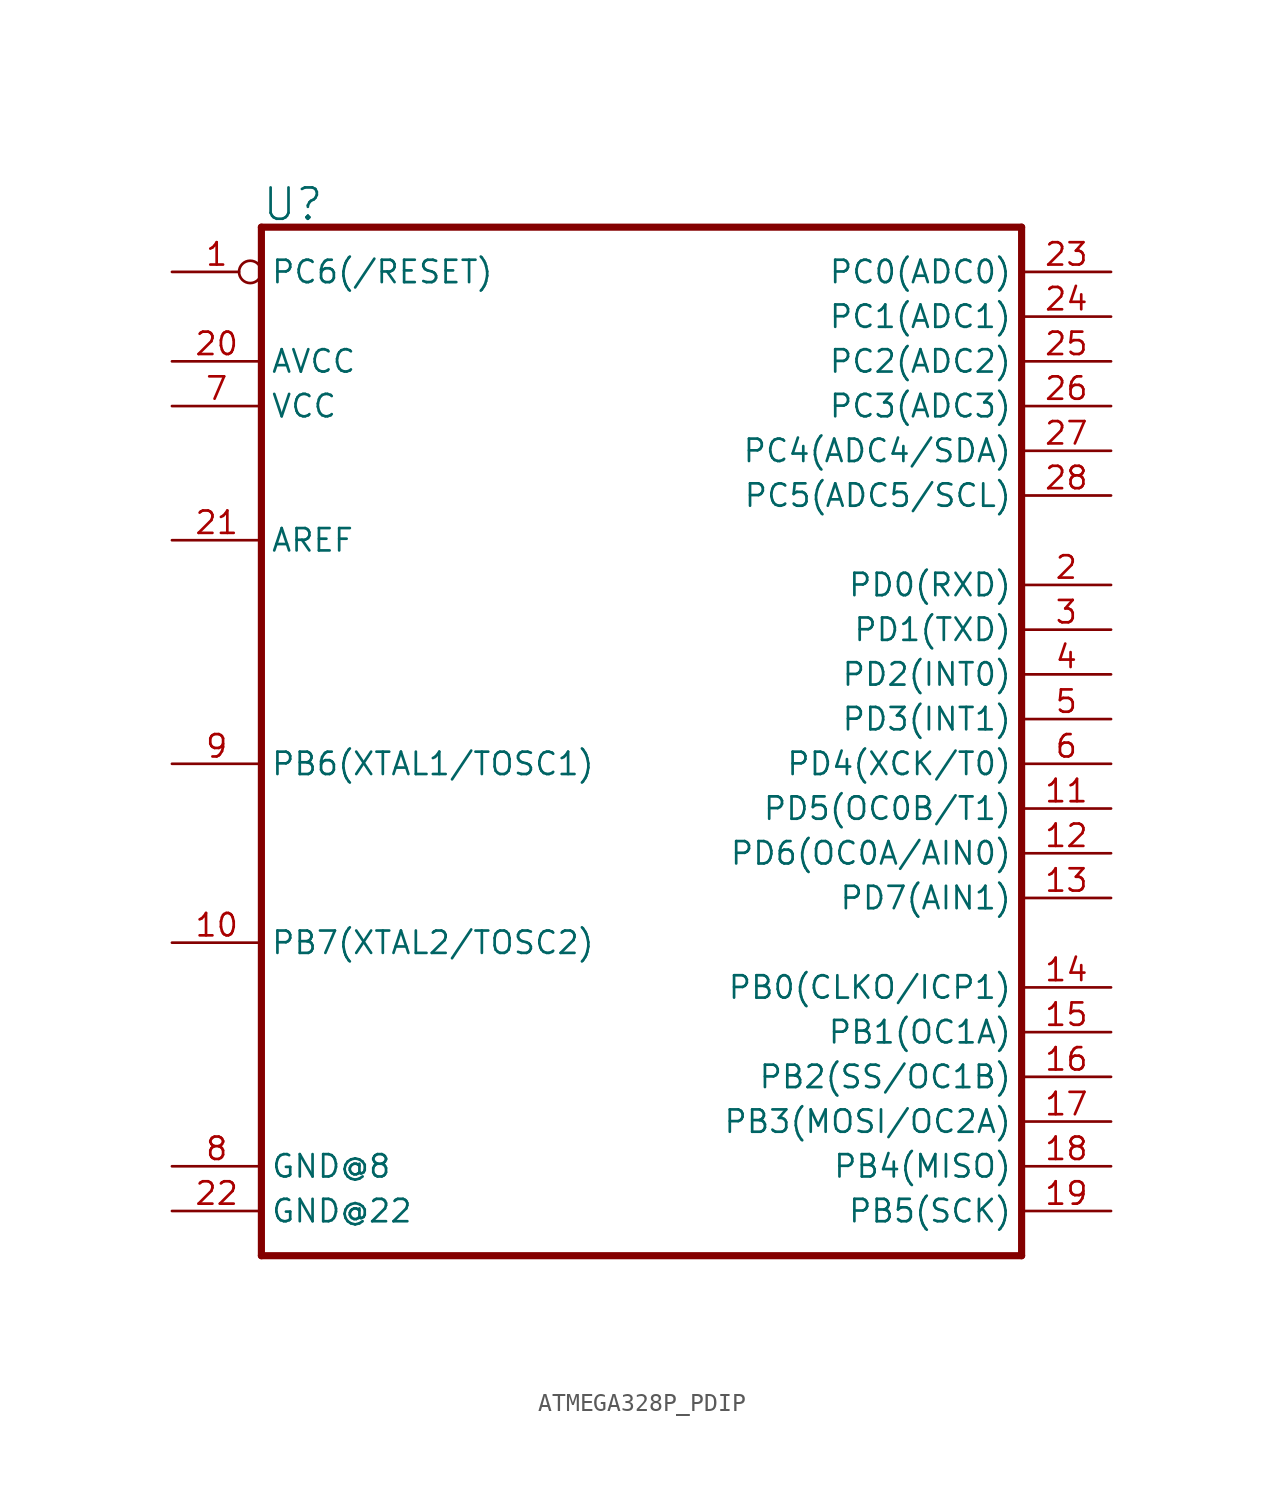
<source format=kicad_sym>
(kicad_symbol_lib
  (version 20220914)
  (generator kicad_symbol_editor)
  (symbol "ATMEGA328P_PDIP"
    (property "Reference" "U"
      (at -10.16 10.414 0)
      (effects (font (size 1.778 1.778)) (justify left bottom)))
    (property "Value" ""
      (at -10.16 -48.768 0)
      (effects (font (size 1.778 1.778)) (justify left top)))
    (property "ki_locked" ""
      (at 0 0 0)
      (effects (font (size 1.27 1.27))))
    (symbol "ATMEGA328P_PDIP_1_0"
      (polyline (pts (xy -10.16 -48.26) (xy 33.02 -48.26)) (stroke (width 0.406) (type solid)) (fill (type none)))
      (polyline (pts (xy -10.16 10.16) (xy -10.16 -48.26)) (stroke (width 0.406) (type solid)) (fill (type none)))
      (polyline (pts (xy 33.02 -48.26) (xy 33.02 10.16)) (stroke (width 0.406) (type solid)) (fill (type none)))
      (polyline (pts (xy 33.02 10.16) (xy -10.16 10.16)) (stroke (width 0.406) (type solid)) (fill (type none)))
      (pin passive inverted (at -15.24 7.62 0) (length 5.08) (name "PC6(/RESET)" (effects (font (size 1.27 1.27)))) (number "1" (effects (font (size 1.27 1.27)))))
      (pin passive line (at -15.24 -30.48 0) (length 5.08) (name "PB7(XTAL2/TOSC2)" (effects (font (size 1.27 1.27)))) (number "10" (effects (font (size 1.27 1.27)))))
      (pin passive line (at 38.1 -22.86 180) (length 5.08) (name "PD5(OC0B/T1)" (effects (font (size 1.27 1.27)))) (number "11" (effects (font (size 1.27 1.27)))))
      (pin passive line (at 38.1 -25.4 180) (length 5.08) (name "PD6(OC0A/AIN0)" (effects (font (size 1.27 1.27)))) (number "12" (effects (font (size 1.27 1.27)))))
      (pin passive line (at 38.1 -27.94 180) (length 5.08) (name "PD7(AIN1)" (effects (font (size 1.27 1.27)))) (number "13" (effects (font (size 1.27 1.27)))))
      (pin passive line (at 38.1 -33.02 180) (length 5.08) (name "PB0(CLKO/ICP1)" (effects (font (size 1.27 1.27)))) (number "14" (effects (font (size 1.27 1.27)))))
      (pin passive line (at 38.1 -35.56 180) (length 5.08) (name "PB1(OC1A)" (effects (font (size 1.27 1.27)))) (number "15" (effects (font (size 1.27 1.27)))))
      (pin passive line (at 38.1 -38.1 180) (length 5.08) (name "PB2(SS/OC1B)" (effects (font (size 1.27 1.27)))) (number "16" (effects (font (size 1.27 1.27)))))
      (pin passive line (at 38.1 -40.64 180) (length 5.08) (name "PB3(MOSI/OC2A)" (effects (font (size 1.27 1.27)))) (number "17" (effects (font (size 1.27 1.27)))))
      (pin passive line (at 38.1 -43.18 180) (length 5.08) (name "PB4(MISO)" (effects (font (size 1.27 1.27)))) (number "18" (effects (font (size 1.27 1.27)))))
      (pin passive line (at 38.1 -45.72 180) (length 5.08) (name "PB5(SCK)" (effects (font (size 1.27 1.27)))) (number "19" (effects (font (size 1.27 1.27)))))
      (pin passive line (at 38.1 -10.16 180) (length 5.08) (name "PD0(RXD)" (effects (font (size 1.27 1.27)))) (number "2" (effects (font (size 1.27 1.27)))))
      (pin input line (at -15.24 2.54 0) (length 5.08) (name "AVCC" (effects (font (size 1.27 1.27)))) (number "20" (effects (font (size 1.27 1.27)))))
      (pin input line (at -15.24 -7.62 0) (length 5.08) (name "AREF" (effects (font (size 1.27 1.27)))) (number "21" (effects (font (size 1.27 1.27)))))
      (pin input line (at -15.24 -45.72 0) (length 5.08) (name "GND@22" (effects (font (size 1.27 1.27)))) (number "22" (effects (font (size 1.27 1.27)))))
      (pin passive line (at 38.1 7.62 180) (length 5.08) (name "PC0(ADC0)" (effects (font (size 1.27 1.27)))) (number "23" (effects (font (size 1.27 1.27)))))
      (pin passive line (at 38.1 5.08 180) (length 5.08) (name "PC1(ADC1)" (effects (font (size 1.27 1.27)))) (number "24" (effects (font (size 1.27 1.27)))))
      (pin passive line (at 38.1 2.54 180) (length 5.08) (name "PC2(ADC2)" (effects (font (size 1.27 1.27)))) (number "25" (effects (font (size 1.27 1.27)))))
      (pin passive line (at 38.1 0 180) (length 5.08) (name "PC3(ADC3)" (effects (font (size 1.27 1.27)))) (number "26" (effects (font (size 1.27 1.27)))))
      (pin passive line (at 38.1 -2.54 180) (length 5.08) (name "PC4(ADC4/SDA)" (effects (font (size 1.27 1.27)))) (number "27" (effects (font (size 1.27 1.27)))))
      (pin passive line (at 38.1 -5.08 180) (length 5.08) (name "PC5(ADC5/SCL)" (effects (font (size 1.27 1.27)))) (number "28" (effects (font (size 1.27 1.27)))))
      (pin passive line (at 38.1 -12.7 180) (length 5.08) (name "PD1(TXD)" (effects (font (size 1.27 1.27)))) (number "3" (effects (font (size 1.27 1.27)))))
      (pin passive line (at 38.1 -15.24 180) (length 5.08) (name "PD2(INT0)" (effects (font (size 1.27 1.27)))) (number "4" (effects (font (size 1.27 1.27)))))
      (pin passive line (at 38.1 -17.78 180) (length 5.08) (name "PD3(INT1)" (effects (font (size 1.27 1.27)))) (number "5" (effects (font (size 1.27 1.27)))))
      (pin passive line (at 38.1 -20.32 180) (length 5.08) (name "PD4(XCK/T0)" (effects (font (size 1.27 1.27)))) (number "6" (effects (font (size 1.27 1.27)))))
      (pin input line (at -15.24 0 0) (length 5.08) (name "VCC" (effects (font (size 1.27 1.27)))) (number "7" (effects (font (size 1.27 1.27)))))
      (pin input line (at -15.24 -43.18 0) (length 5.08) (name "GND@8" (effects (font (size 1.27 1.27)))) (number "8" (effects (font (size 1.27 1.27)))))
      (pin passive line (at -15.24 -20.32 0) (length 5.08) (name "PB6(XTAL1/TOSC1)" (effects (font (size 1.27 1.27)))) (number "9" (effects (font (size 1.27 1.27))))))))
</source>
